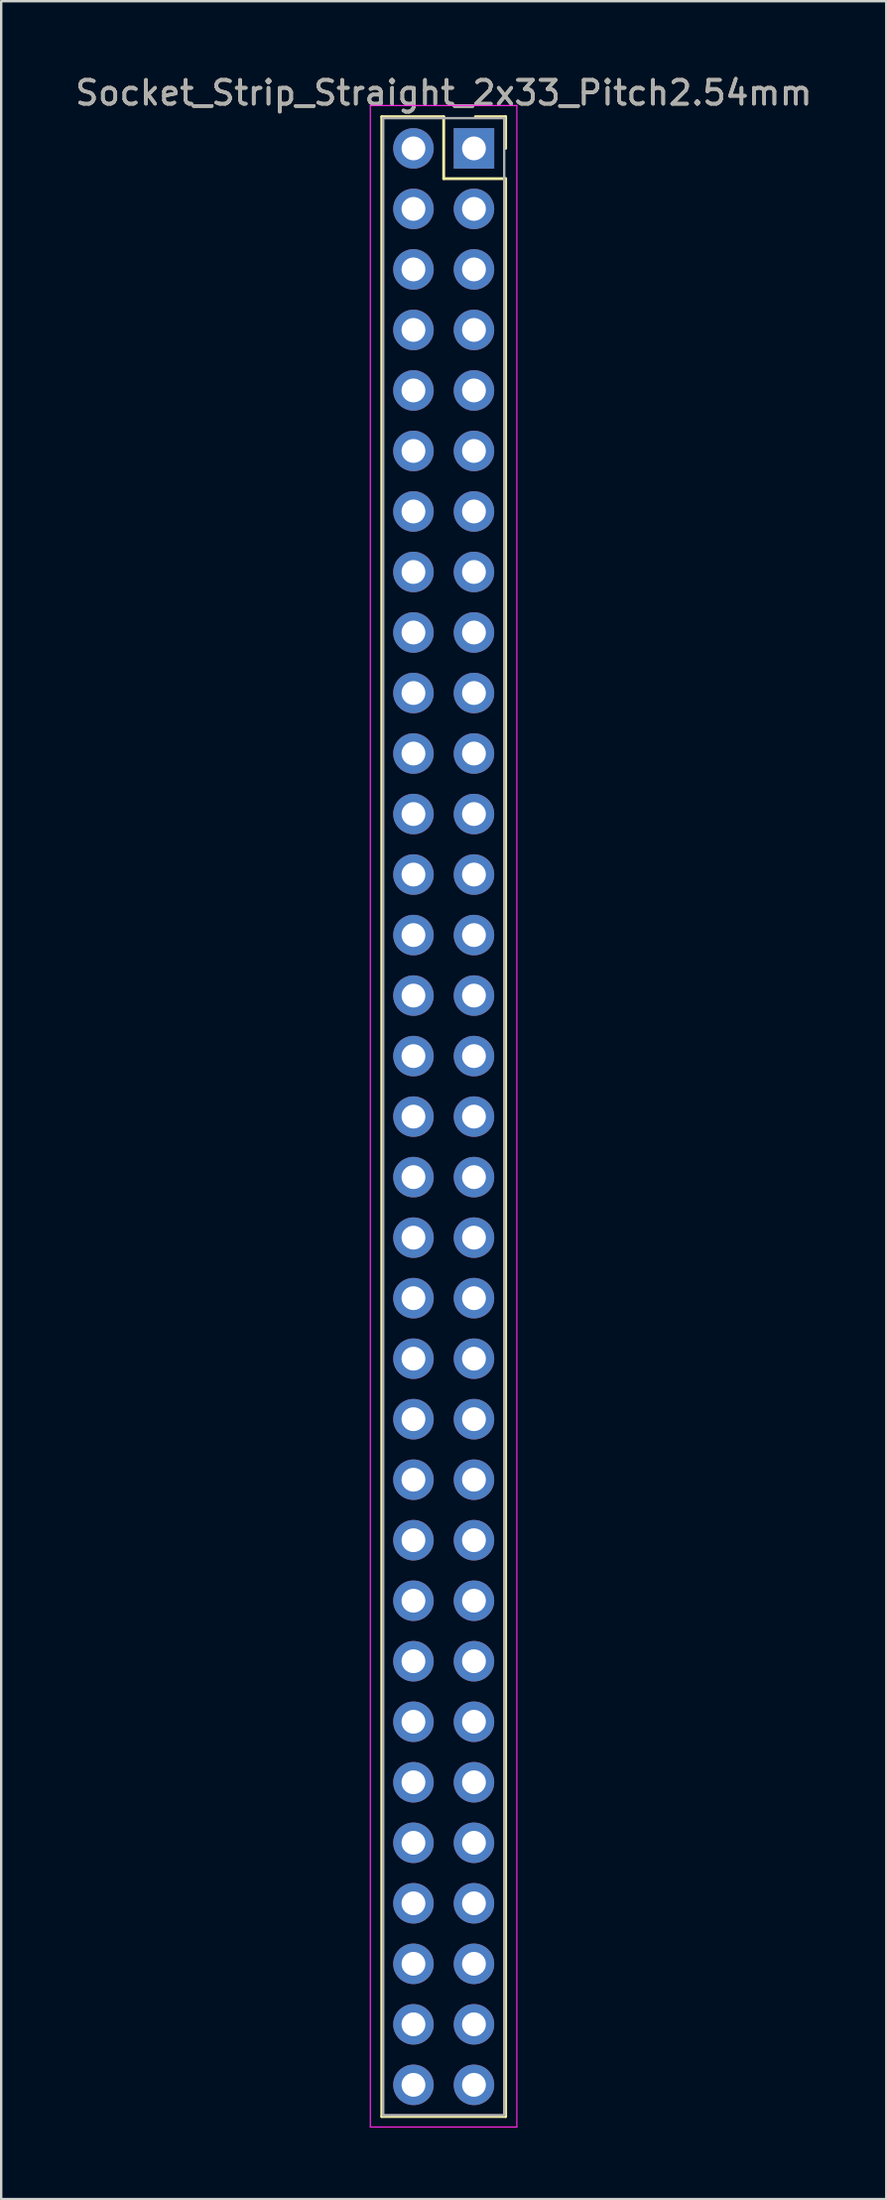
<source format=kicad_pcb>
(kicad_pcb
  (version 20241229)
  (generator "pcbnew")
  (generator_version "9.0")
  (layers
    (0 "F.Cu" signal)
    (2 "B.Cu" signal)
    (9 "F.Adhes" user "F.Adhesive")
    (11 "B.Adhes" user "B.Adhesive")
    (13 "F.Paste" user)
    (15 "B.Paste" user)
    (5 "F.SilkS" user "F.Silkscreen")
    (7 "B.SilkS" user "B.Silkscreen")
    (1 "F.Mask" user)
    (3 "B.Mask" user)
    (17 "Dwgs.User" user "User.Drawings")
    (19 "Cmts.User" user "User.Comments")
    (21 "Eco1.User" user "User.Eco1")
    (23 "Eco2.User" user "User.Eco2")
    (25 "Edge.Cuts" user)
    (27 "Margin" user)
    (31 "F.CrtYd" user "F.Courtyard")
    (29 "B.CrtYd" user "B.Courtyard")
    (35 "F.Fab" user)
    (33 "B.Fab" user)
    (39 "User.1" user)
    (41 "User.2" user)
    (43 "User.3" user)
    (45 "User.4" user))
  (footprint "Socket_Strip_Straight_2x33_Pitch2.54mm"
    (layer "F.Cu")
    (at 16.847 3.178)
    (property "Reference" "Socket_Strip_Straight_2x33_Pitch2.54mm" (at -1.27 -2.33 0) (layer "F.SilkS") (effects (font (size 1 1) (thickness 0.15))))
    (attr through_hole)
    (fp_line (start -3.87 -1.33) (end -1.27 -1.33) (stroke (width 0.12) (type solid)) (layer "F.SilkS"))
    (fp_line (start -3.87 82.61) (end -3.87 -1.33) (stroke (width 0.12) (type solid)) (layer "F.SilkS"))
    (fp_line (start -1.27 -1.33) (end -1.27 1.27) (stroke (width 0.12) (type solid)) (layer "F.SilkS"))
    (fp_line (start -1.27 1.27) (end 1.33 1.27) (stroke (width 0.12) (type solid)) (layer "F.SilkS"))
    (fp_line (start 1.33 -1.33) (end 0.06 -1.33) (stroke (width 0.12) (type solid)) (layer "F.SilkS"))
    (fp_line (start 1.33 0) (end 1.33 -1.33) (stroke (width 0.12) (type solid)) (layer "F.SilkS"))
    (fp_line (start 1.33 1.27) (end 1.33 82.61) (stroke (width 0.12) (type solid)) (layer "F.SilkS"))
    (fp_line (start 1.33 82.61) (end -3.87 82.61) (stroke (width 0.12) (type solid)) (layer "F.SilkS"))
    (fp_line (start -4.35 -1.8) (end -4.35 83.05) (stroke (width 0.05) (type solid)) (layer "F.CrtYd"))
    (fp_line (start -4.35 83.05) (end 1.8 83.05) (stroke (width 0.05) (type solid)) (layer "F.CrtYd"))
    (fp_line (start 1.8 -1.8) (end -4.35 -1.8) (stroke (width 0.05) (type solid)) (layer "F.CrtYd"))
    (fp_line (start 1.8 83.05) (end 1.8 -1.8) (stroke (width 0.05) (type solid)) (layer "F.CrtYd"))
    (fp_line (start -3.81 -1.27) (end -3.81 82.55) (stroke (width 0.1) (type solid)) (layer "F.Fab"))
    (fp_line (start -3.81 82.55) (end 1.27 82.55) (stroke (width 0.1) (type solid)) (layer "F.Fab"))
    (fp_line (start 1.27 -1.27) (end -3.81 -1.27) (stroke (width 0.1) (type solid)) (layer "F.Fab"))
    (fp_line (start 1.27 82.55) (end 1.27 -1.27) (stroke (width 0.1) (type solid)) (layer "F.Fab"))
    (fp_text user "${REFERENCE}" (at -1.27 -2.33 0) (layer "F.Fab") (effects (font (size 1 1) (thickness 0.15))))
    (pad "1" thru_hole rect (at 0 0) (size 1.7 1.7) (drill 1) (layers "*.Cu" "*.Mask"))
    (pad "2" thru_hole oval (at -2.54 0) (size 1.7 1.7) (drill 1) (layers "*.Cu" "*.Mask"))
    (pad "3" thru_hole oval (at 0 2.54) (size 1.7 1.7) (drill 1) (layers "*.Cu" "*.Mask"))
    (pad "4" thru_hole oval (at -2.54 2.54) (size 1.7 1.7) (drill 1) (layers "*.Cu" "*.Mask"))
    (pad "5" thru_hole oval (at 0 5.08) (size 1.7 1.7) (drill 1) (layers "*.Cu" "*.Mask"))
    (pad "6" thru_hole oval (at -2.54 5.08) (size 1.7 1.7) (drill 1) (layers "*.Cu" "*.Mask"))
    (pad "7" thru_hole oval (at 0 7.62) (size 1.7 1.7) (drill 1) (layers "*.Cu" "*.Mask"))
    (pad "8" thru_hole oval (at -2.54 7.62) (size 1.7 1.7) (drill 1) (layers "*.Cu" "*.Mask"))
    (pad "9" thru_hole oval (at 0 10.16) (size 1.7 1.7) (drill 1) (layers "*.Cu" "*.Mask"))
    (pad "10" thru_hole oval (at -2.54 10.16) (size 1.7 1.7) (drill 1) (layers "*.Cu" "*.Mask"))
    (pad "11" thru_hole oval (at 0 12.7) (size 1.7 1.7) (drill 1) (layers "*.Cu" "*.Mask"))
    (pad "12" thru_hole oval (at -2.54 12.7) (size 1.7 1.7) (drill 1) (layers "*.Cu" "*.Mask"))
    (pad "13" thru_hole oval (at 0 15.24) (size 1.7 1.7) (drill 1) (layers "*.Cu" "*.Mask"))
    (pad "14" thru_hole oval (at -2.54 15.24) (size 1.7 1.7) (drill 1) (layers "*.Cu" "*.Mask"))
    (pad "15" thru_hole oval (at 0 17.78) (size 1.7 1.7) (drill 1) (layers "*.Cu" "*.Mask"))
    (pad "16" thru_hole oval (at -2.54 17.78) (size 1.7 1.7) (drill 1) (layers "*.Cu" "*.Mask"))
    (pad "17" thru_hole oval (at 0 20.32) (size 1.7 1.7) (drill 1) (layers "*.Cu" "*.Mask"))
    (pad "18" thru_hole oval (at -2.54 20.32) (size 1.7 1.7) (drill 1) (layers "*.Cu" "*.Mask"))
    (pad "19" thru_hole oval (at 0 22.86) (size 1.7 1.7) (drill 1) (layers "*.Cu" "*.Mask"))
    (pad "20" thru_hole oval (at -2.54 22.86) (size 1.7 1.7) (drill 1) (layers "*.Cu" "*.Mask"))
    (pad "21" thru_hole oval (at 0 25.4) (size 1.7 1.7) (drill 1) (layers "*.Cu" "*.Mask"))
    (pad "22" thru_hole oval (at -2.54 25.4) (size 1.7 1.7) (drill 1) (layers "*.Cu" "*.Mask"))
    (pad "23" thru_hole oval (at 0 27.94) (size 1.7 1.7) (drill 1) (layers "*.Cu" "*.Mask"))
    (pad "24" thru_hole oval (at -2.54 27.94) (size 1.7 1.7) (drill 1) (layers "*.Cu" "*.Mask"))
    (pad "25" thru_hole oval (at 0 30.48) (size 1.7 1.7) (drill 1) (layers "*.Cu" "*.Mask"))
    (pad "26" thru_hole oval (at -2.54 30.48) (size 1.7 1.7) (drill 1) (layers "*.Cu" "*.Mask"))
    (pad "27" thru_hole oval (at 0 33.02) (size 1.7 1.7) (drill 1) (layers "*.Cu" "*.Mask"))
    (pad "28" thru_hole oval (at -2.54 33.02) (size 1.7 1.7) (drill 1) (layers "*.Cu" "*.Mask"))
    (pad "29" thru_hole oval (at 0 35.56) (size 1.7 1.7) (drill 1) (layers "*.Cu" "*.Mask"))
    (pad "30" thru_hole oval (at -2.54 35.56) (size 1.7 1.7) (drill 1) (layers "*.Cu" "*.Mask"))
    (pad "31" thru_hole oval (at 0 38.1) (size 1.7 1.7) (drill 1) (layers "*.Cu" "*.Mask"))
    (pad "32" thru_hole oval (at -2.54 38.1) (size 1.7 1.7) (drill 1) (layers "*.Cu" "*.Mask"))
    (pad "33" thru_hole oval (at 0 40.64) (size 1.7 1.7) (drill 1) (layers "*.Cu" "*.Mask"))
    (pad "34" thru_hole oval (at -2.54 40.64) (size 1.7 1.7) (drill 1) (layers "*.Cu" "*.Mask"))
    (pad "35" thru_hole oval (at 0 43.18) (size 1.7 1.7) (drill 1) (layers "*.Cu" "*.Mask"))
    (pad "36" thru_hole oval (at -2.54 43.18) (size 1.7 1.7) (drill 1) (layers "*.Cu" "*.Mask"))
    (pad "37" thru_hole oval (at 0 45.72) (size 1.7 1.7) (drill 1) (layers "*.Cu" "*.Mask"))
    (pad "38" thru_hole oval (at -2.54 45.72) (size 1.7 1.7) (drill 1) (layers "*.Cu" "*.Mask"))
    (pad "39" thru_hole oval (at 0 48.26) (size 1.7 1.7) (drill 1) (layers "*.Cu" "*.Mask"))
    (pad "40" thru_hole oval (at -2.54 48.26) (size 1.7 1.7) (drill 1) (layers "*.Cu" "*.Mask"))
    (pad "41" thru_hole oval (at 0 50.8) (size 1.7 1.7) (drill 1) (layers "*.Cu" "*.Mask"))
    (pad "42" thru_hole oval (at -2.54 50.8) (size 1.7 1.7) (drill 1) (layers "*.Cu" "*.Mask"))
    (pad "43" thru_hole oval (at 0 53.34) (size 1.7 1.7) (drill 1) (layers "*.Cu" "*.Mask"))
    (pad "44" thru_hole oval (at -2.54 53.34) (size 1.7 1.7) (drill 1) (layers "*.Cu" "*.Mask"))
    (pad "45" thru_hole oval (at 0 55.88) (size 1.7 1.7) (drill 1) (layers "*.Cu" "*.Mask"))
    (pad "46" thru_hole oval (at -2.54 55.88) (size 1.7 1.7) (drill 1) (layers "*.Cu" "*.Mask"))
    (pad "47" thru_hole oval (at 0 58.42) (size 1.7 1.7) (drill 1) (layers "*.Cu" "*.Mask"))
    (pad "48" thru_hole oval (at -2.54 58.42) (size 1.7 1.7) (drill 1) (layers "*.Cu" "*.Mask"))
    (pad "49" thru_hole oval (at 0 60.96) (size 1.7 1.7) (drill 1) (layers "*.Cu" "*.Mask"))
    (pad "50" thru_hole oval (at -2.54 60.96) (size 1.7 1.7) (drill 1) (layers "*.Cu" "*.Mask"))
    (pad "51" thru_hole oval (at 0 63.5) (size 1.7 1.7) (drill 1) (layers "*.Cu" "*.Mask"))
    (pad "52" thru_hole oval (at -2.54 63.5) (size 1.7 1.7) (drill 1) (layers "*.Cu" "*.Mask"))
    (pad "53" thru_hole oval (at 0 66.04) (size 1.7 1.7) (drill 1) (layers "*.Cu" "*.Mask"))
    (pad "54" thru_hole oval (at -2.54 66.04) (size 1.7 1.7) (drill 1) (layers "*.Cu" "*.Mask"))
    (pad "55" thru_hole oval (at 0 68.58) (size 1.7 1.7) (drill 1) (layers "*.Cu" "*.Mask"))
    (pad "56" thru_hole oval (at -2.54 68.58) (size 1.7 1.7) (drill 1) (layers "*.Cu" "*.Mask"))
    (pad "57" thru_hole oval (at 0 71.12) (size 1.7 1.7) (drill 1) (layers "*.Cu" "*.Mask"))
    (pad "58" thru_hole oval (at -2.54 71.12) (size 1.7 1.7) (drill 1) (layers "*.Cu" "*.Mask"))
    (pad "59" thru_hole oval (at 0 73.66) (size 1.7 1.7) (drill 1) (layers "*.Cu" "*.Mask"))
    (pad "60" thru_hole oval (at -2.54 73.66) (size 1.7 1.7) (drill 1) (layers "*.Cu" "*.Mask"))
    (pad "61" thru_hole oval (at 0 76.2) (size 1.7 1.7) (drill 1) (layers "*.Cu" "*.Mask"))
    (pad "62" thru_hole oval (at -2.54 76.2) (size 1.7 1.7) (drill 1) (layers "*.Cu" "*.Mask"))
    (pad "63" thru_hole oval (at 0 78.74) (size 1.7 1.7) (drill 1) (layers "*.Cu" "*.Mask"))
    (pad "64" thru_hole oval (at -2.54 78.74) (size 1.7 1.7) (drill 1) (layers "*.Cu" "*.Mask"))
    (pad "65" thru_hole oval (at 0 81.28) (size 1.7 1.7) (drill 1) (layers "*.Cu" "*.Mask"))
    (pad "66" thru_hole oval (at -2.54 81.28) (size 1.7 1.7) (drill 1) (layers "*.Cu" "*.Mask")))
  (gr_rect
    (start -3 -3)
    (end 34.155 89.253)
    (stroke (width 0.1) (type default))
    (fill no)
    (layer "Edge.Cuts")))
</source>
